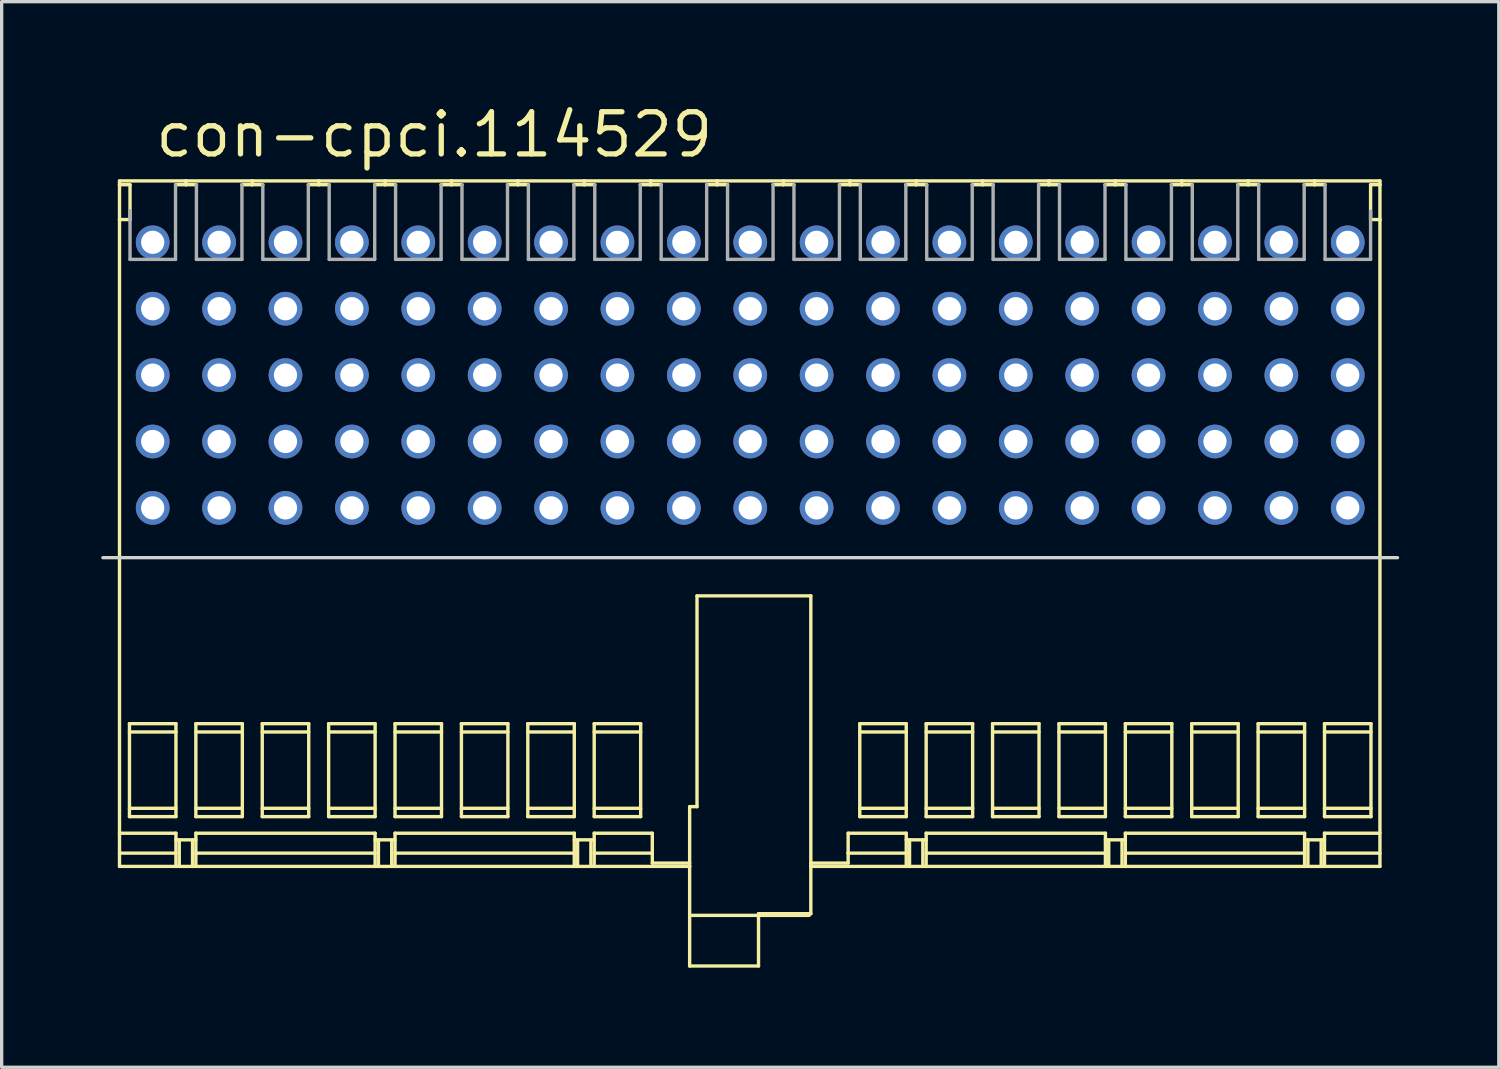
<source format=kicad_pcb>
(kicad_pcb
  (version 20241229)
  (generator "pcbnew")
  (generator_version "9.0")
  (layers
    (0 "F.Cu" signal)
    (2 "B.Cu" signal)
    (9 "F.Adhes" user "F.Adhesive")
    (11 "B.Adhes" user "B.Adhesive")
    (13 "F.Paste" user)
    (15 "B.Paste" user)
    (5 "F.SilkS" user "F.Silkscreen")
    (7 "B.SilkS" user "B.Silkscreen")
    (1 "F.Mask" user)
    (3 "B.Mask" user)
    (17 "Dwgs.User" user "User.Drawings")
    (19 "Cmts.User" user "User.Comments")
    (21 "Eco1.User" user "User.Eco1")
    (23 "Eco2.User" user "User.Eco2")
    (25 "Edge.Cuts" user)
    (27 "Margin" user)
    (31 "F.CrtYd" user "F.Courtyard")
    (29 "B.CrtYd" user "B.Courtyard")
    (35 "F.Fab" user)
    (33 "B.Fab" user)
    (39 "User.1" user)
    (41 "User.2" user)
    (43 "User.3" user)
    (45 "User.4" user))
  (footprint "con-cpci.114529"
    (layer "F.Cu")
    (at 19.55 12.25)
    (property "Reference" "con-cpci.114529" (at -18 -10.5 0) (layer "F.SilkS") (effects (font (size 1.27 1.27) (thickness 0.16)) (justify left bottom)))
    (attr through_hole)
    (fp_line (start -19 -9.85) (end -17 -9.85) (stroke (width 0.102) (type default)) (layer "F.SilkS"))
    (fp_line (start -19 -9.736) (end -19 -9.85) (stroke (width 0.102) (type default)) (layer "F.SilkS"))
    (fp_line (start -19 -9.736) (end -19 -8.686) (stroke (width 0.102) (type default)) (layer "F.SilkS"))
    (fp_line (start -19 -8.686) (end -18.683 -8.686) (stroke (width 0.102) (type default)) (layer "F.SilkS"))
    (fp_line (start -19 9.8) (end -17.3 9.8) (stroke (width 0.102) (type default)) (layer "F.SilkS"))
    (fp_line (start -19 10.4) (end -17.3 10.4) (stroke (width 0.102) (type default)) (layer "F.SilkS"))
    (fp_line (start -19 10.8) (end -19 -8.686) (stroke (width 0.102) (type default)) (layer "F.SilkS"))
    (fp_line (start -18.7 6.5) (end -18.7 9.3) (stroke (width 0.102) (type default)) (layer "F.SilkS"))
    (fp_line (start -18.7 6.75) (end -17.3 6.75) (stroke (width 0.102) (type default)) (layer "F.SilkS"))
    (fp_line (start -18.7 9.05) (end -17.3 9.05) (stroke (width 0.102) (type default)) (layer "F.SilkS"))
    (fp_line (start -18.7 9.3) (end -17.3 9.3) (stroke (width 0.102) (type default)) (layer "F.SilkS"))
    (fp_line (start -18.683 -9.736) (end -19 -9.736) (stroke (width 0.102) (type default)) (layer "F.SilkS"))
    (fp_line (start -18.683 -8.686) (end -18.683 -9.736) (stroke (width 0.102) (type default)) (layer "F.SilkS"))
    (fp_line (start -17.3 6.5) (end -18.7 6.5) (stroke (width 0.102) (type default)) (layer "F.SilkS"))
    (fp_line (start -17.3 9.3) (end -17.3 6.5) (stroke (width 0.102) (type default)) (layer "F.SilkS"))
    (fp_line (start -17.3 9.8) (end -17.3 10.8) (stroke (width 0.102) (type default)) (layer "F.SilkS"))
    (fp_line (start -17.3 10) (end -16.7 10) (stroke (width 0.102) (type default)) (layer "F.SilkS"))
    (fp_line (start -17.2 10.8) (end -17.2 10) (stroke (width 0.102) (type default)) (layer "F.SilkS"))
    (fp_line (start -17 -9.85) (end -17 -9.736) (stroke (width 0.102) (type default)) (layer "F.SilkS"))
    (fp_line (start -17 -9.85) (end -15 -9.85) (stroke (width 0.102) (type default)) (layer "F.SilkS"))
    (fp_line (start -17 -9.736) (end -17.312 -9.736) (stroke (width 0.102) (type default)) (layer "F.SilkS"))
    (fp_line (start -16.8 10.8) (end -16.8 10) (stroke (width 0.102) (type default)) (layer "F.SilkS"))
    (fp_line (start -16.7 6.5) (end -16.7 9.3) (stroke (width 0.102) (type default)) (layer "F.SilkS"))
    (fp_line (start -16.7 6.75) (end -15.3 6.75) (stroke (width 0.102) (type default)) (layer "F.SilkS"))
    (fp_line (start -16.7 9.05) (end -15.3 9.05) (stroke (width 0.102) (type default)) (layer "F.SilkS"))
    (fp_line (start -16.7 9.3) (end -15.3 9.3) (stroke (width 0.102) (type default)) (layer "F.SilkS"))
    (fp_line (start -16.7 9.8) (end -11.3 9.8) (stroke (width 0.102) (type default)) (layer "F.SilkS"))
    (fp_line (start -16.7 10.4) (end -11.3 10.4) (stroke (width 0.102) (type default)) (layer "F.SilkS"))
    (fp_line (start -16.7 10.8) (end -16.7 9.8) (stroke (width 0.102) (type default)) (layer "F.SilkS"))
    (fp_line (start -16.683 -9.736) (end -17 -9.736) (stroke (width 0.102) (type default)) (layer "F.SilkS"))
    (fp_line (start -15.3 6.5) (end -16.7 6.5) (stroke (width 0.102) (type default)) (layer "F.SilkS"))
    (fp_line (start -15.3 9.3) (end -15.3 6.5) (stroke (width 0.102) (type default)) (layer "F.SilkS"))
    (fp_line (start -15 -9.85) (end -15 -9.736) (stroke (width 0.102) (type default)) (layer "F.SilkS"))
    (fp_line (start -15 -9.85) (end -13 -9.85) (stroke (width 0.102) (type default)) (layer "F.SilkS"))
    (fp_line (start -15 -9.736) (end -15.312 -9.736) (stroke (width 0.102) (type default)) (layer "F.SilkS"))
    (fp_line (start -14.7 6.5) (end -14.7 9.3) (stroke (width 0.102) (type default)) (layer "F.SilkS"))
    (fp_line (start -14.7 6.75) (end -13.3 6.75) (stroke (width 0.102) (type default)) (layer "F.SilkS"))
    (fp_line (start -14.7 9.05) (end -13.3 9.05) (stroke (width 0.102) (type default)) (layer "F.SilkS"))
    (fp_line (start -14.7 9.3) (end -13.3 9.3) (stroke (width 0.102) (type default)) (layer "F.SilkS"))
    (fp_line (start -14.683 -9.736) (end -15 -9.736) (stroke (width 0.102) (type default)) (layer "F.SilkS"))
    (fp_line (start -13.3 6.5) (end -14.7 6.5) (stroke (width 0.102) (type default)) (layer "F.SilkS"))
    (fp_line (start -13.3 9.3) (end -13.3 6.5) (stroke (width 0.102) (type default)) (layer "F.SilkS"))
    (fp_line (start -13 -9.85) (end -13 -9.736) (stroke (width 0.102) (type default)) (layer "F.SilkS"))
    (fp_line (start -13 -9.85) (end -11 -9.85) (stroke (width 0.102) (type default)) (layer "F.SilkS"))
    (fp_line (start -13 -9.736) (end -13.312 -9.736) (stroke (width 0.102) (type default)) (layer "F.SilkS"))
    (fp_line (start -12.7 6.5) (end -12.7 9.3) (stroke (width 0.102) (type default)) (layer "F.SilkS"))
    (fp_line (start -12.7 6.75) (end -11.3 6.75) (stroke (width 0.102) (type default)) (layer "F.SilkS"))
    (fp_line (start -12.7 9.05) (end -11.3 9.05) (stroke (width 0.102) (type default)) (layer "F.SilkS"))
    (fp_line (start -12.7 9.3) (end -11.3 9.3) (stroke (width 0.102) (type default)) (layer "F.SilkS"))
    (fp_line (start -12.683 -9.736) (end -13 -9.736) (stroke (width 0.102) (type default)) (layer "F.SilkS"))
    (fp_line (start -11.3 6.5) (end -12.7 6.5) (stroke (width 0.102) (type default)) (layer "F.SilkS"))
    (fp_line (start -11.3 9.3) (end -11.3 6.5) (stroke (width 0.102) (type default)) (layer "F.SilkS"))
    (fp_line (start -11.3 9.8) (end -11.3 10.8) (stroke (width 0.102) (type default)) (layer "F.SilkS"))
    (fp_line (start -11.3 10) (end -10.7 10) (stroke (width 0.102) (type default)) (layer "F.SilkS"))
    (fp_line (start -11.2 10.8) (end -11.2 10) (stroke (width 0.102) (type default)) (layer "F.SilkS"))
    (fp_line (start -11 -9.85) (end -11 -9.736) (stroke (width 0.102) (type default)) (layer "F.SilkS"))
    (fp_line (start -11 -9.85) (end -9 -9.85) (stroke (width 0.102) (type default)) (layer "F.SilkS"))
    (fp_line (start -11 -9.736) (end -11.312 -9.736) (stroke (width 0.102) (type default)) (layer "F.SilkS"))
    (fp_line (start -10.8 10.8) (end -10.8 10) (stroke (width 0.102) (type default)) (layer "F.SilkS"))
    (fp_line (start -10.7 6.5) (end -10.7 9.3) (stroke (width 0.102) (type default)) (layer "F.SilkS"))
    (fp_line (start -10.7 6.75) (end -9.3 6.75) (stroke (width 0.102) (type default)) (layer "F.SilkS"))
    (fp_line (start -10.7 9.05) (end -9.3 9.05) (stroke (width 0.102) (type default)) (layer "F.SilkS"))
    (fp_line (start -10.7 9.3) (end -9.3 9.3) (stroke (width 0.102) (type default)) (layer "F.SilkS"))
    (fp_line (start -10.7 9.8) (end -5.3 9.8) (stroke (width 0.102) (type default)) (layer "F.SilkS"))
    (fp_line (start -10.7 10.4) (end -5.3 10.4) (stroke (width 0.102) (type default)) (layer "F.SilkS"))
    (fp_line (start -10.7 10.8) (end -10.7 9.8) (stroke (width 0.102) (type default)) (layer "F.SilkS"))
    (fp_line (start -10.683 -9.736) (end -11 -9.736) (stroke (width 0.102) (type default)) (layer "F.SilkS"))
    (fp_line (start -9.3 6.5) (end -10.7 6.5) (stroke (width 0.102) (type default)) (layer "F.SilkS"))
    (fp_line (start -9.3 9.3) (end -9.3 6.5) (stroke (width 0.102) (type default)) (layer "F.SilkS"))
    (fp_line (start -9 -9.85) (end -9 -9.736) (stroke (width 0.102) (type default)) (layer "F.SilkS"))
    (fp_line (start -9 -9.85) (end -7 -9.85) (stroke (width 0.102) (type default)) (layer "F.SilkS"))
    (fp_line (start -9 -9.736) (end -9.312 -9.736) (stroke (width 0.102) (type default)) (layer "F.SilkS"))
    (fp_line (start -8.7 6.5) (end -8.7 9.3) (stroke (width 0.102) (type default)) (layer "F.SilkS"))
    (fp_line (start -8.7 6.75) (end -7.3 6.75) (stroke (width 0.102) (type default)) (layer "F.SilkS"))
    (fp_line (start -8.7 9.05) (end -7.3 9.05) (stroke (width 0.102) (type default)) (layer "F.SilkS"))
    (fp_line (start -8.7 9.3) (end -7.3 9.3) (stroke (width 0.102) (type default)) (layer "F.SilkS"))
    (fp_line (start -8.683 -9.736) (end -9 -9.736) (stroke (width 0.102) (type default)) (layer "F.SilkS"))
    (fp_line (start -7.3 6.5) (end -8.7 6.5) (stroke (width 0.102) (type default)) (layer "F.SilkS"))
    (fp_line (start -7.3 9.3) (end -7.3 6.5) (stroke (width 0.102) (type default)) (layer "F.SilkS"))
    (fp_line (start -7 -9.85) (end -7 -9.736) (stroke (width 0.102) (type default)) (layer "F.SilkS"))
    (fp_line (start -7 -9.85) (end -5 -9.85) (stroke (width 0.102) (type default)) (layer "F.SilkS"))
    (fp_line (start -7 -9.736) (end -7.312 -9.736) (stroke (width 0.102) (type default)) (layer "F.SilkS"))
    (fp_line (start -6.7 6.5) (end -6.7 9.3) (stroke (width 0.102) (type default)) (layer "F.SilkS"))
    (fp_line (start -6.7 6.75) (end -5.3 6.75) (stroke (width 0.102) (type default)) (layer "F.SilkS"))
    (fp_line (start -6.7 9.05) (end -5.3 9.05) (stroke (width 0.102) (type default)) (layer "F.SilkS"))
    (fp_line (start -6.7 9.3) (end -5.3 9.3) (stroke (width 0.102) (type default)) (layer "F.SilkS"))
    (fp_line (start -6.683 -9.736) (end -7 -9.736) (stroke (width 0.102) (type default)) (layer "F.SilkS"))
    (fp_line (start -5.3 6.5) (end -6.7 6.5) (stroke (width 0.102) (type default)) (layer "F.SilkS"))
    (fp_line (start -5.3 9.3) (end -5.3 6.5) (stroke (width 0.102) (type default)) (layer "F.SilkS"))
    (fp_line (start -5.3 9.8) (end -5.3 10.8) (stroke (width 0.102) (type default)) (layer "F.SilkS"))
    (fp_line (start -5.2 10.8) (end -5.2 10) (stroke (width 0.102) (type default)) (layer "F.SilkS"))
    (fp_line (start -5 -9.85) (end -5 -9.736) (stroke (width 0.102) (type default)) (layer "F.SilkS"))
    (fp_line (start -5 -9.85) (end -3 -9.85) (stroke (width 0.102) (type default)) (layer "F.SilkS"))
    (fp_line (start -5 -9.736) (end -5.312 -9.736) (stroke (width 0.102) (type default)) (layer "F.SilkS"))
    (fp_line (start -4.8 10.8) (end -4.8 10) (stroke (width 0.102) (type default)) (layer "F.SilkS"))
    (fp_line (start -4.7 6.5) (end -3.3 6.5) (stroke (width 0.102) (type default)) (layer "F.SilkS"))
    (fp_line (start -4.7 9.3) (end -4.7 6.5) (stroke (width 0.102) (type default)) (layer "F.SilkS"))
    (fp_line (start -4.7 9.8) (end -4.7 10.8) (stroke (width 0.102) (type default)) (layer "F.SilkS"))
    (fp_line (start -4.7 10) (end -5.3 10) (stroke (width 0.102) (type default)) (layer "F.SilkS"))
    (fp_line (start -4.7 10.4) (end -2.95 10.4) (stroke (width 0.102) (type default)) (layer "F.SilkS"))
    (fp_line (start -4.683 -9.736) (end -5 -9.736) (stroke (width 0.102) (type default)) (layer "F.SilkS"))
    (fp_line (start -3.3 6.5) (end -3.3 9.3) (stroke (width 0.102) (type default)) (layer "F.SilkS"))
    (fp_line (start -3.3 6.75) (end -4.7 6.75) (stroke (width 0.102) (type default)) (layer "F.SilkS"))
    (fp_line (start -3.3 9.05) (end -4.7 9.05) (stroke (width 0.102) (type default)) (layer "F.SilkS"))
    (fp_line (start -3.3 9.3) (end -4.7 9.3) (stroke (width 0.102) (type default)) (layer "F.SilkS"))
    (fp_line (start -3 -9.85) (end -3 -9.736) (stroke (width 0.102) (type default)) (layer "F.SilkS"))
    (fp_line (start -3 -9.85) (end -1 -9.85) (stroke (width 0.102) (type default)) (layer "F.SilkS"))
    (fp_line (start -3 -9.736) (end -3.312 -9.736) (stroke (width 0.102) (type default)) (layer "F.SilkS"))
    (fp_line (start -2.95 9.8) (end -4.7 9.8) (stroke (width 0.102) (type default)) (layer "F.SilkS"))
    (fp_line (start -2.95 10.4) (end -2.95 9.8) (stroke (width 0.102) (type default)) (layer "F.SilkS"))
    (fp_line (start -2.95 10.4) (end -2.95 10.7) (stroke (width 0.102) (type default)) (layer "F.SilkS"))
    (fp_line (start -2.95 10.7) (end -1.825 10.7) (stroke (width 0.102) (type default)) (layer "F.SilkS"))
    (fp_line (start -2.683 -9.736) (end -3 -9.736) (stroke (width 0.102) (type default)) (layer "F.SilkS"))
    (fp_line (start -1.825 9) (end -1.603 9) (stroke (width 0.102) (type default)) (layer "F.SilkS"))
    (fp_line (start -1.825 10.8) (end -19 10.8) (stroke (width 0.102) (type default)) (layer "F.SilkS"))
    (fp_line (start -1.825 10.8) (end -1.825 9) (stroke (width 0.102) (type default)) (layer "F.SilkS"))
    (fp_line (start -1.825 13.8) (end -1.825 10.8) (stroke (width 0.102) (type default)) (layer "F.SilkS"))
    (fp_line (start -1.775 12.275) (end 1.775 12.275) (stroke (width 0.102) (type default)) (layer "F.SilkS"))
    (fp_line (start -1.603 2.65) (end 1.825 2.65) (stroke (width 0.102) (type default)) (layer "F.SilkS"))
    (fp_line (start -1.603 9) (end -1.603 2.65) (stroke (width 0.102) (type default)) (layer "F.SilkS"))
    (fp_line (start -1 -9.85) (end -1 -9.736) (stroke (width 0.102) (type default)) (layer "F.SilkS"))
    (fp_line (start -1 -9.85) (end 1 -9.85) (stroke (width 0.102) (type default)) (layer "F.SilkS"))
    (fp_line (start -1 -9.736) (end -1.312 -9.736) (stroke (width 0.102) (type default)) (layer "F.SilkS"))
    (fp_line (start -0.683 -9.736) (end -1 -9.736) (stroke (width 0.102) (type default)) (layer "F.SilkS"))
    (fp_line (start 0.25 12.225) (end 0.25 13.8) (stroke (width 0.102) (type default)) (layer "F.SilkS"))
    (fp_line (start 0.25 13.8) (end -1.825 13.8) (stroke (width 0.102) (type default)) (layer "F.SilkS"))
    (fp_line (start 1 -9.85) (end 1 -9.736) (stroke (width 0.102) (type default)) (layer "F.SilkS"))
    (fp_line (start 1 -9.85) (end 3 -9.85) (stroke (width 0.102) (type default)) (layer "F.SilkS"))
    (fp_line (start 1 -9.736) (end 0.688 -9.736) (stroke (width 0.102) (type default)) (layer "F.SilkS"))
    (fp_line (start 1.317 -9.736) (end 1 -9.736) (stroke (width 0.102) (type default)) (layer "F.SilkS"))
    (fp_line (start 1.825 2.65) (end 1.825 10.8) (stroke (width 0.102) (type default)) (layer "F.SilkS"))
    (fp_line (start 1.825 10.8) (end 1.825 12.225) (stroke (width 0.102) (type default)) (layer "F.SilkS"))
    (fp_line (start 1.825 12.225) (end 0.25 12.225) (stroke (width 0.102) (type default)) (layer "F.SilkS"))
    (fp_line (start 2.95 9.8) (end 2.95 10.4) (stroke (width 0.102) (type default)) (layer "F.SilkS"))
    (fp_line (start 2.95 10.4) (end 2.95 10.7) (stroke (width 0.102) (type default)) (layer "F.SilkS"))
    (fp_line (start 2.95 10.4) (end 4.7 10.4) (stroke (width 0.102) (type default)) (layer "F.SilkS"))
    (fp_line (start 2.95 10.7) (end 1.825 10.7) (stroke (width 0.102) (type default)) (layer "F.SilkS"))
    (fp_line (start 3 -9.85) (end 3 -9.736) (stroke (width 0.102) (type default)) (layer "F.SilkS"))
    (fp_line (start 3 -9.85) (end 5 -9.85) (stroke (width 0.102) (type default)) (layer "F.SilkS"))
    (fp_line (start 3 -9.736) (end 2.688 -9.736) (stroke (width 0.102) (type default)) (layer "F.SilkS"))
    (fp_line (start 3.3 6.5) (end 4.7 6.5) (stroke (width 0.102) (type default)) (layer "F.SilkS"))
    (fp_line (start 3.3 9.3) (end 3.3 6.5) (stroke (width 0.102) (type default)) (layer "F.SilkS"))
    (fp_line (start 3.317 -9.736) (end 3 -9.736) (stroke (width 0.102) (type default)) (layer "F.SilkS"))
    (fp_line (start 4.7 6.5) (end 4.7 9.3) (stroke (width 0.102) (type default)) (layer "F.SilkS"))
    (fp_line (start 4.7 6.75) (end 3.3 6.75) (stroke (width 0.102) (type default)) (layer "F.SilkS"))
    (fp_line (start 4.7 9.05) (end 3.3 9.05) (stroke (width 0.102) (type default)) (layer "F.SilkS"))
    (fp_line (start 4.7 9.3) (end 3.3 9.3) (stroke (width 0.102) (type default)) (layer "F.SilkS"))
    (fp_line (start 4.7 9.8) (end 2.95 9.8) (stroke (width 0.102) (type default)) (layer "F.SilkS"))
    (fp_line (start 4.7 10.8) (end 4.7 9.8) (stroke (width 0.102) (type default)) (layer "F.SilkS"))
    (fp_line (start 4.8 10.8) (end 4.8 10) (stroke (width 0.102) (type default)) (layer "F.SilkS"))
    (fp_line (start 5 -9.85) (end 5 -9.736) (stroke (width 0.102) (type default)) (layer "F.SilkS"))
    (fp_line (start 5 -9.85) (end 7 -9.85) (stroke (width 0.102) (type default)) (layer "F.SilkS"))
    (fp_line (start 5 -9.736) (end 4.688 -9.736) (stroke (width 0.102) (type default)) (layer "F.SilkS"))
    (fp_line (start 5.2 10.8) (end 5.2 10) (stroke (width 0.102) (type default)) (layer "F.SilkS"))
    (fp_line (start 5.3 6.5) (end 6.7 6.5) (stroke (width 0.102) (type default)) (layer "F.SilkS"))
    (fp_line (start 5.3 9.3) (end 5.3 6.5) (stroke (width 0.102) (type default)) (layer "F.SilkS"))
    (fp_line (start 5.3 9.8) (end 5.3 10.8) (stroke (width 0.102) (type default)) (layer "F.SilkS"))
    (fp_line (start 5.3 10) (end 4.7 10) (stroke (width 0.102) (type default)) (layer "F.SilkS"))
    (fp_line (start 5.317 -9.736) (end 5 -9.736) (stroke (width 0.102) (type default)) (layer "F.SilkS"))
    (fp_line (start 6.7 6.5) (end 6.7 9.3) (stroke (width 0.102) (type default)) (layer "F.SilkS"))
    (fp_line (start 6.7 6.75) (end 5.3 6.75) (stroke (width 0.102) (type default)) (layer "F.SilkS"))
    (fp_line (start 6.7 9.05) (end 5.3 9.05) (stroke (width 0.102) (type default)) (layer "F.SilkS"))
    (fp_line (start 6.7 9.3) (end 5.3 9.3) (stroke (width 0.102) (type default)) (layer "F.SilkS"))
    (fp_line (start 7 -9.85) (end 7 -9.736) (stroke (width 0.102) (type default)) (layer "F.SilkS"))
    (fp_line (start 7 -9.85) (end 9 -9.85) (stroke (width 0.102) (type default)) (layer "F.SilkS"))
    (fp_line (start 7 -9.736) (end 6.688 -9.736) (stroke (width 0.102) (type default)) (layer "F.SilkS"))
    (fp_line (start 7.3 6.5) (end 8.7 6.5) (stroke (width 0.102) (type default)) (layer "F.SilkS"))
    (fp_line (start 7.3 9.3) (end 7.3 6.5) (stroke (width 0.102) (type default)) (layer "F.SilkS"))
    (fp_line (start 7.317 -9.736) (end 7 -9.736) (stroke (width 0.102) (type default)) (layer "F.SilkS"))
    (fp_line (start 8.7 6.5) (end 8.7 9.3) (stroke (width 0.102) (type default)) (layer "F.SilkS"))
    (fp_line (start 8.7 6.75) (end 7.3 6.75) (stroke (width 0.102) (type default)) (layer "F.SilkS"))
    (fp_line (start 8.7 9.05) (end 7.3 9.05) (stroke (width 0.102) (type default)) (layer "F.SilkS"))
    (fp_line (start 8.7 9.3) (end 7.3 9.3) (stroke (width 0.102) (type default)) (layer "F.SilkS"))
    (fp_line (start 9 -9.85) (end 9 -9.736) (stroke (width 0.102) (type default)) (layer "F.SilkS"))
    (fp_line (start 9 -9.85) (end 11 -9.85) (stroke (width 0.102) (type default)) (layer "F.SilkS"))
    (fp_line (start 9 -9.736) (end 8.688 -9.736) (stroke (width 0.102) (type default)) (layer "F.SilkS"))
    (fp_line (start 9.3 6.5) (end 10.7 6.5) (stroke (width 0.102) (type default)) (layer "F.SilkS"))
    (fp_line (start 9.3 9.3) (end 9.3 6.5) (stroke (width 0.102) (type default)) (layer "F.SilkS"))
    (fp_line (start 9.317 -9.736) (end 9 -9.736) (stroke (width 0.102) (type default)) (layer "F.SilkS"))
    (fp_line (start 10.7 6.5) (end 10.7 9.3) (stroke (width 0.102) (type default)) (layer "F.SilkS"))
    (fp_line (start 10.7 6.75) (end 9.3 6.75) (stroke (width 0.102) (type default)) (layer "F.SilkS"))
    (fp_line (start 10.7 9.05) (end 9.3 9.05) (stroke (width 0.102) (type default)) (layer "F.SilkS"))
    (fp_line (start 10.7 9.3) (end 9.3 9.3) (stroke (width 0.102) (type default)) (layer "F.SilkS"))
    (fp_line (start 10.7 9.8) (end 5.3 9.8) (stroke (width 0.102) (type default)) (layer "F.SilkS"))
    (fp_line (start 10.7 10.4) (end 5.3 10.4) (stroke (width 0.102) (type default)) (layer "F.SilkS"))
    (fp_line (start 10.7 10.8) (end 10.7 9.8) (stroke (width 0.102) (type default)) (layer "F.SilkS"))
    (fp_line (start 10.8 10.8) (end 10.8 10) (stroke (width 0.102) (type default)) (layer "F.SilkS"))
    (fp_line (start 11 -9.85) (end 11 -9.736) (stroke (width 0.102) (type default)) (layer "F.SilkS"))
    (fp_line (start 11 -9.85) (end 13 -9.85) (stroke (width 0.102) (type default)) (layer "F.SilkS"))
    (fp_line (start 11 -9.736) (end 10.688 -9.736) (stroke (width 0.102) (type default)) (layer "F.SilkS"))
    (fp_line (start 11.2 10.8) (end 11.2 10) (stroke (width 0.102) (type default)) (layer "F.SilkS"))
    (fp_line (start 11.3 6.5) (end 12.7 6.5) (stroke (width 0.102) (type default)) (layer "F.SilkS"))
    (fp_line (start 11.3 9.3) (end 11.3 6.5) (stroke (width 0.102) (type default)) (layer "F.SilkS"))
    (fp_line (start 11.3 9.8) (end 11.3 10.8) (stroke (width 0.102) (type default)) (layer "F.SilkS"))
    (fp_line (start 11.3 10) (end 10.7 10) (stroke (width 0.102) (type default)) (layer "F.SilkS"))
    (fp_line (start 11.317 -9.736) (end 11 -9.736) (stroke (width 0.102) (type default)) (layer "F.SilkS"))
    (fp_line (start 12.7 6.5) (end 12.7 9.3) (stroke (width 0.102) (type default)) (layer "F.SilkS"))
    (fp_line (start 12.7 6.75) (end 11.3 6.75) (stroke (width 0.102) (type default)) (layer "F.SilkS"))
    (fp_line (start 12.7 9.05) (end 11.3 9.05) (stroke (width 0.102) (type default)) (layer "F.SilkS"))
    (fp_line (start 12.7 9.3) (end 11.3 9.3) (stroke (width 0.102) (type default)) (layer "F.SilkS"))
    (fp_line (start 13 -9.85) (end 13 -9.736) (stroke (width 0.102) (type default)) (layer "F.SilkS"))
    (fp_line (start 13 -9.85) (end 15 -9.85) (stroke (width 0.102) (type default)) (layer "F.SilkS"))
    (fp_line (start 13 -9.736) (end 12.688 -9.736) (stroke (width 0.102) (type default)) (layer "F.SilkS"))
    (fp_line (start 13.3 6.5) (end 14.7 6.5) (stroke (width 0.102) (type default)) (layer "F.SilkS"))
    (fp_line (start 13.3 9.3) (end 13.3 6.5) (stroke (width 0.102) (type default)) (layer "F.SilkS"))
    (fp_line (start 13.317 -9.736) (end 13 -9.736) (stroke (width 0.102) (type default)) (layer "F.SilkS"))
    (fp_line (start 14.7 6.5) (end 14.7 9.3) (stroke (width 0.102) (type default)) (layer "F.SilkS"))
    (fp_line (start 14.7 6.75) (end 13.3 6.75) (stroke (width 0.102) (type default)) (layer "F.SilkS"))
    (fp_line (start 14.7 9.05) (end 13.3 9.05) (stroke (width 0.102) (type default)) (layer "F.SilkS"))
    (fp_line (start 14.7 9.3) (end 13.3 9.3) (stroke (width 0.102) (type default)) (layer "F.SilkS"))
    (fp_line (start 15 -9.85) (end 15 -9.736) (stroke (width 0.102) (type default)) (layer "F.SilkS"))
    (fp_line (start 15 -9.85) (end 17 -9.85) (stroke (width 0.102) (type default)) (layer "F.SilkS"))
    (fp_line (start 15 -9.736) (end 14.688 -9.736) (stroke (width 0.102) (type default)) (layer "F.SilkS"))
    (fp_line (start 15.3 6.5) (end 16.7 6.5) (stroke (width 0.102) (type default)) (layer "F.SilkS"))
    (fp_line (start 15.3 9.3) (end 15.3 6.5) (stroke (width 0.102) (type default)) (layer "F.SilkS"))
    (fp_line (start 15.317 -9.736) (end 15 -9.736) (stroke (width 0.102) (type default)) (layer "F.SilkS"))
    (fp_line (start 16.7 6.5) (end 16.7 9.3) (stroke (width 0.102) (type default)) (layer "F.SilkS"))
    (fp_line (start 16.7 6.75) (end 15.3 6.75) (stroke (width 0.102) (type default)) (layer "F.SilkS"))
    (fp_line (start 16.7 9.05) (end 15.3 9.05) (stroke (width 0.102) (type default)) (layer "F.SilkS"))
    (fp_line (start 16.7 9.3) (end 15.3 9.3) (stroke (width 0.102) (type default)) (layer "F.SilkS"))
    (fp_line (start 16.7 9.8) (end 11.3 9.8) (stroke (width 0.102) (type default)) (layer "F.SilkS"))
    (fp_line (start 16.7 10.4) (end 11.3 10.4) (stroke (width 0.102) (type default)) (layer "F.SilkS"))
    (fp_line (start 16.7 10.8) (end 16.7 9.8) (stroke (width 0.102) (type default)) (layer "F.SilkS"))
    (fp_line (start 16.8 10.8) (end 16.8 10) (stroke (width 0.102) (type default)) (layer "F.SilkS"))
    (fp_line (start 17 -9.85) (end 17 -9.736) (stroke (width 0.102) (type default)) (layer "F.SilkS"))
    (fp_line (start 17 -9.85) (end 18.97 -9.85) (stroke (width 0.102) (type default)) (layer "F.SilkS"))
    (fp_line (start 17 -9.736) (end 16.688 -9.736) (stroke (width 0.102) (type default)) (layer "F.SilkS"))
    (fp_line (start 17.2 10.8) (end 17.2 10) (stroke (width 0.102) (type default)) (layer "F.SilkS"))
    (fp_line (start 17.3 6.5) (end 18.7 6.5) (stroke (width 0.102) (type default)) (layer "F.SilkS"))
    (fp_line (start 17.3 9.3) (end 17.3 6.5) (stroke (width 0.102) (type default)) (layer "F.SilkS"))
    (fp_line (start 17.3 9.8) (end 18.97 9.8) (stroke (width 0.102) (type default)) (layer "F.SilkS"))
    (fp_line (start 17.3 10) (end 16.7 10) (stroke (width 0.102) (type default)) (layer "F.SilkS"))
    (fp_line (start 17.3 10.8) (end 17.3 9.8) (stroke (width 0.102) (type default)) (layer "F.SilkS"))
    (fp_line (start 17.317 -9.736) (end 17 -9.736) (stroke (width 0.102) (type default)) (layer "F.SilkS"))
    (fp_line (start 18.688 -9.736) (end 18.688 -8.686) (stroke (width 0.102) (type default)) (layer "F.SilkS"))
    (fp_line (start 18.7 6.5) (end 18.7 9.3) (stroke (width 0.102) (type default)) (layer "F.SilkS"))
    (fp_line (start 18.7 6.75) (end 17.3 6.75) (stroke (width 0.102) (type default)) (layer "F.SilkS"))
    (fp_line (start 18.7 9.05) (end 17.3 9.05) (stroke (width 0.102) (type default)) (layer "F.SilkS"))
    (fp_line (start 18.7 9.3) (end 17.3 9.3) (stroke (width 0.102) (type default)) (layer "F.SilkS"))
    (fp_line (start 18.97 -9.85) (end 18.97 -9.736) (stroke (width 0.102) (type default)) (layer "F.SilkS"))
    (fp_line (start 18.97 -9.736) (end 18.688 -9.736) (stroke (width 0.102) (type default)) (layer "F.SilkS"))
    (fp_line (start 18.97 -9.736) (end 18.97 -8.686) (stroke (width 0.102) (type default)) (layer "F.SilkS"))
    (fp_line (start 18.97 -8.686) (end 18.688 -8.686) (stroke (width 0.102) (type default)) (layer "F.SilkS"))
    (fp_line (start 18.97 -8.686) (end 18.97 10.8) (stroke (width 0.102) (type default)) (layer "F.SilkS"))
    (fp_line (start 18.97 10.4) (end 17.3 10.4) (stroke (width 0.102) (type default)) (layer "F.SilkS"))
    (fp_line (start 18.97 10.8) (end 1.825 10.8) (stroke (width 0.102) (type default)) (layer "F.SilkS"))
    (fp_line (start 19.5 1.5) (end -19.5 1.5) (stroke (width 0.1) (type default)) (layer "Edge.Cuts"))
    (fp_line (start -18.683 -7.486) (end -18.683 -8.952) (stroke (width 0.102) (type default)) (layer "F.Fab"))
    (fp_line (start -17.312 -9.736) (end -17.312 -7.486) (stroke (width 0.102) (type default)) (layer "F.Fab"))
    (fp_line (start -17.312 -7.486) (end -18.683 -7.486) (stroke (width 0.102) (type default)) (layer "F.Fab"))
    (fp_line (start -16.683 -7.486) (end -16.683 -9.736) (stroke (width 0.102) (type default)) (layer "F.Fab"))
    (fp_line (start -15.312 -9.736) (end -15.312 -7.486) (stroke (width 0.102) (type default)) (layer "F.Fab"))
    (fp_line (start -15.312 -7.486) (end -16.683 -7.486) (stroke (width 0.102) (type default)) (layer "F.Fab"))
    (fp_line (start -14.683 -7.486) (end -14.683 -9.736) (stroke (width 0.102) (type default)) (layer "F.Fab"))
    (fp_line (start -13.312 -9.736) (end -13.312 -7.486) (stroke (width 0.102) (type default)) (layer "F.Fab"))
    (fp_line (start -13.312 -7.486) (end -14.683 -7.486) (stroke (width 0.102) (type default)) (layer "F.Fab"))
    (fp_line (start -12.683 -7.486) (end -12.683 -9.736) (stroke (width 0.102) (type default)) (layer "F.Fab"))
    (fp_line (start -11.312 -9.736) (end -11.312 -7.486) (stroke (width 0.102) (type default)) (layer "F.Fab"))
    (fp_line (start -11.312 -7.486) (end -12.683 -7.486) (stroke (width 0.102) (type default)) (layer "F.Fab"))
    (fp_line (start -10.683 -7.486) (end -10.683 -9.736) (stroke (width 0.102) (type default)) (layer "F.Fab"))
    (fp_line (start -9.312 -9.736) (end -9.312 -7.486) (stroke (width 0.102) (type default)) (layer "F.Fab"))
    (fp_line (start -9.312 -7.486) (end -10.683 -7.486) (stroke (width 0.102) (type default)) (layer "F.Fab"))
    (fp_line (start -8.683 -7.486) (end -8.683 -9.736) (stroke (width 0.102) (type default)) (layer "F.Fab"))
    (fp_line (start -7.312 -9.736) (end -7.312 -7.486) (stroke (width 0.102) (type default)) (layer "F.Fab"))
    (fp_line (start -7.312 -7.486) (end -8.683 -7.486) (stroke (width 0.102) (type default)) (layer "F.Fab"))
    (fp_line (start -6.683 -7.486) (end -6.683 -9.736) (stroke (width 0.102) (type default)) (layer "F.Fab"))
    (fp_line (start -5.312 -9.736) (end -5.312 -7.486) (stroke (width 0.102) (type default)) (layer "F.Fab"))
    (fp_line (start -5.312 -7.486) (end -6.683 -7.486) (stroke (width 0.102) (type default)) (layer "F.Fab"))
    (fp_line (start -4.683 -7.486) (end -4.683 -9.736) (stroke (width 0.102) (type default)) (layer "F.Fab"))
    (fp_line (start -3.312 -9.736) (end -3.312 -7.486) (stroke (width 0.102) (type default)) (layer "F.Fab"))
    (fp_line (start -3.312 -7.486) (end -4.683 -7.486) (stroke (width 0.102) (type default)) (layer "F.Fab"))
    (fp_line (start -2.683 -7.486) (end -2.683 -9.736) (stroke (width 0.102) (type default)) (layer "F.Fab"))
    (fp_line (start -1.312 -9.736) (end -1.312 -7.486) (stroke (width 0.102) (type default)) (layer "F.Fab"))
    (fp_line (start -1.312 -7.486) (end -2.683 -7.486) (stroke (width 0.102) (type default)) (layer "F.Fab"))
    (fp_line (start -0.683 -7.486) (end -0.683 -9.736) (stroke (width 0.102) (type default)) (layer "F.Fab"))
    (fp_line (start 0.688 -9.736) (end 0.688 -7.486) (stroke (width 0.102) (type default)) (layer "F.Fab"))
    (fp_line (start 0.688 -7.486) (end -0.683 -7.486) (stroke (width 0.102) (type default)) (layer "F.Fab"))
    (fp_line (start 1.317 -7.486) (end 1.317 -9.736) (stroke (width 0.102) (type default)) (layer "F.Fab"))
    (fp_line (start 2.688 -9.736) (end 2.688 -7.486) (stroke (width 0.102) (type default)) (layer "F.Fab"))
    (fp_line (start 2.688 -7.486) (end 1.317 -7.486) (stroke (width 0.102) (type default)) (layer "F.Fab"))
    (fp_line (start 3.317 -7.486) (end 3.317 -9.736) (stroke (width 0.102) (type default)) (layer "F.Fab"))
    (fp_line (start 4.688 -9.736) (end 4.688 -7.486) (stroke (width 0.102) (type default)) (layer "F.Fab"))
    (fp_line (start 4.688 -7.486) (end 3.317 -7.486) (stroke (width 0.102) (type default)) (layer "F.Fab"))
    (fp_line (start 5.317 -7.486) (end 5.317 -9.736) (stroke (width 0.102) (type default)) (layer "F.Fab"))
    (fp_line (start 6.688 -9.736) (end 6.688 -7.486) (stroke (width 0.102) (type default)) (layer "F.Fab"))
    (fp_line (start 6.688 -7.486) (end 5.317 -7.486) (stroke (width 0.102) (type default)) (layer "F.Fab"))
    (fp_line (start 7.317 -7.486) (end 7.317 -9.736) (stroke (width 0.102) (type default)) (layer "F.Fab"))
    (fp_line (start 8.688 -9.736) (end 8.688 -7.486) (stroke (width 0.102) (type default)) (layer "F.Fab"))
    (fp_line (start 8.688 -7.486) (end 7.317 -7.486) (stroke (width 0.102) (type default)) (layer "F.Fab"))
    (fp_line (start 9.317 -7.486) (end 9.317 -9.736) (stroke (width 0.102) (type default)) (layer "F.Fab"))
    (fp_line (start 10.688 -9.736) (end 10.688 -7.486) (stroke (width 0.102) (type default)) (layer "F.Fab"))
    (fp_line (start 10.688 -7.486) (end 9.317 -7.486) (stroke (width 0.102) (type default)) (layer "F.Fab"))
    (fp_line (start 11.317 -7.486) (end 11.317 -9.736) (stroke (width 0.102) (type default)) (layer "F.Fab"))
    (fp_line (start 12.688 -9.736) (end 12.688 -7.486) (stroke (width 0.102) (type default)) (layer "F.Fab"))
    (fp_line (start 12.688 -7.486) (end 11.317 -7.486) (stroke (width 0.102) (type default)) (layer "F.Fab"))
    (fp_line (start 13.317 -7.486) (end 13.317 -9.736) (stroke (width 0.102) (type default)) (layer "F.Fab"))
    (fp_line (start 14.688 -9.736) (end 14.688 -7.486) (stroke (width 0.102) (type default)) (layer "F.Fab"))
    (fp_line (start 14.688 -7.486) (end 13.317 -7.486) (stroke (width 0.102) (type default)) (layer "F.Fab"))
    (fp_line (start 15.317 -7.486) (end 15.317 -9.736) (stroke (width 0.102) (type default)) (layer "F.Fab"))
    (fp_line (start 16.688 -9.736) (end 16.688 -7.486) (stroke (width 0.102) (type default)) (layer "F.Fab"))
    (fp_line (start 16.688 -7.486) (end 15.317 -7.486) (stroke (width 0.102) (type default)) (layer "F.Fab"))
    (fp_line (start 17.317 -7.486) (end 17.317 -9.736) (stroke (width 0.102) (type default)) (layer "F.Fab"))
    (fp_line (start 18.688 -8.941) (end 18.688 -7.486) (stroke (width 0.102) (type default)) (layer "F.Fab"))
    (fp_line (start 18.688 -7.486) (end 17.317 -7.486) (stroke (width 0.102) (type default)) (layer "F.Fab"))
    (pad "A1" thru_hole circle (at 18 0 180) (size 1.016 1.016) (drill 0.7) (layers "*.Cu" "*.Mask"))
    (pad "A2" thru_hole circle (at 16 0 180) (size 1.016 1.016) (drill 0.7) (layers "*.Cu" "*.Mask"))
    (pad "A3" thru_hole circle (at 14 0 180) (size 1.016 1.016) (drill 0.7) (layers "*.Cu" "*.Mask"))
    (pad "A4" thru_hole circle (at 12 0 180) (size 1.016 1.016) (drill 0.7) (layers "*.Cu" "*.Mask"))
    (pad "A5" thru_hole circle (at 10 0 180) (size 1.016 1.016) (drill 0.7) (layers "*.Cu" "*.Mask"))
    (pad "A6" thru_hole circle (at 8 0 180) (size 1.016 1.016) (drill 0.7) (layers "*.Cu" "*.Mask"))
    (pad "A7" thru_hole circle (at 6 0 180) (size 1.016 1.016) (drill 0.7) (layers "*.Cu" "*.Mask"))
    (pad "A8" thru_hole circle (at 4 0 180) (size 1.016 1.016) (drill 0.7) (layers "*.Cu" "*.Mask"))
    (pad "A9" thru_hole circle (at 2 0 180) (size 1.016 1.016) (drill 0.7) (layers "*.Cu" "*.Mask"))
    (pad "A10" thru_hole circle (at 0 0 180) (size 1.016 1.016) (drill 0.7) (layers "*.Cu" "*.Mask"))
    (pad "A11" thru_hole circle (at -2 0 180) (size 1.016 1.016) (drill 0.7) (layers "*.Cu" "*.Mask"))
    (pad "A12" thru_hole circle (at -4 0 180) (size 1.016 1.016) (drill 0.7) (layers "*.Cu" "*.Mask"))
    (pad "A13" thru_hole circle (at -6 0 180) (size 1.016 1.016) (drill 0.7) (layers "*.Cu" "*.Mask"))
    (pad "A14" thru_hole circle (at -8 0 180) (size 1.016 1.016) (drill 0.7) (layers "*.Cu" "*.Mask"))
    (pad "A15" thru_hole circle (at -10 0 180) (size 1.016 1.016) (drill 0.7) (layers "*.Cu" "*.Mask"))
    (pad "A16" thru_hole circle (at -12 0 180) (size 1.016 1.016) (drill 0.7) (layers "*.Cu" "*.Mask"))
    (pad "A17" thru_hole circle (at -14 0 180) (size 1.016 1.016) (drill 0.7) (layers "*.Cu" "*.Mask"))
    (pad "A18" thru_hole circle (at -16 0 180) (size 1.016 1.016) (drill 0.7) (layers "*.Cu" "*.Mask"))
    (pad "A19" thru_hole circle (at -18 0 180) (size 1.016 1.016) (drill 0.7) (layers "*.Cu" "*.Mask"))
    (pad "B1" thru_hole circle (at 18 -2 180) (size 1.016 1.016) (drill 0.7) (layers "*.Cu" "*.Mask"))
    (pad "B2" thru_hole circle (at 16 -2 180) (size 1.016 1.016) (drill 0.7) (layers "*.Cu" "*.Mask"))
    (pad "B3" thru_hole circle (at 14 -2 180) (size 1.016 1.016) (drill 0.7) (layers "*.Cu" "*.Mask"))
    (pad "B4" thru_hole circle (at 12 -2 180) (size 1.016 1.016) (drill 0.7) (layers "*.Cu" "*.Mask"))
    (pad "B5" thru_hole circle (at 10 -2 180) (size 1.016 1.016) (drill 0.7) (layers "*.Cu" "*.Mask"))
    (pad "B6" thru_hole circle (at 8 -2 180) (size 1.016 1.016) (drill 0.7) (layers "*.Cu" "*.Mask"))
    (pad "B7" thru_hole circle (at 6 -2 180) (size 1.016 1.016) (drill 0.7) (layers "*.Cu" "*.Mask"))
    (pad "B8" thru_hole circle (at 4 -2 180) (size 1.016 1.016) (drill 0.7) (layers "*.Cu" "*.Mask"))
    (pad "B9" thru_hole circle (at 2 -2 180) (size 1.016 1.016) (drill 0.7) (layers "*.Cu" "*.Mask"))
    (pad "B10" thru_hole circle (at 0 -2 180) (size 1.016 1.016) (drill 0.7) (layers "*.Cu" "*.Mask"))
    (pad "B11" thru_hole circle (at -2 -2 180) (size 1.016 1.016) (drill 0.7) (layers "*.Cu" "*.Mask"))
    (pad "B12" thru_hole circle (at -4 -2 180) (size 1.016 1.016) (drill 0.7) (layers "*.Cu" "*.Mask"))
    (pad "B13" thru_hole circle (at -6 -2 180) (size 1.016 1.016) (drill 0.7) (layers "*.Cu" "*.Mask"))
    (pad "B14" thru_hole circle (at -8 -2 180) (size 1.016 1.016) (drill 0.7) (layers "*.Cu" "*.Mask"))
    (pad "B15" thru_hole circle (at -10 -2 180) (size 1.016 1.016) (drill 0.7) (layers "*.Cu" "*.Mask"))
    (pad "B16" thru_hole circle (at -12 -2 180) (size 1.016 1.016) (drill 0.7) (layers "*.Cu" "*.Mask"))
    (pad "B17" thru_hole circle (at -14 -2 180) (size 1.016 1.016) (drill 0.7) (layers "*.Cu" "*.Mask"))
    (pad "B18" thru_hole circle (at -16 -2 180) (size 1.016 1.016) (drill 0.7) (layers "*.Cu" "*.Mask"))
    (pad "B19" thru_hole circle (at -18 -2 180) (size 1.016 1.016) (drill 0.7) (layers "*.Cu" "*.Mask"))
    (pad "C1" thru_hole circle (at 18 -4 180) (size 1.016 1.016) (drill 0.7) (layers "*.Cu" "*.Mask"))
    (pad "C2" thru_hole circle (at 16 -4 180) (size 1.016 1.016) (drill 0.7) (layers "*.Cu" "*.Mask"))
    (pad "C3" thru_hole circle (at 14 -4 180) (size 1.016 1.016) (drill 0.7) (layers "*.Cu" "*.Mask"))
    (pad "C4" thru_hole circle (at 12 -4 180) (size 1.016 1.016) (drill 0.7) (layers "*.Cu" "*.Mask"))
    (pad "C5" thru_hole circle (at 10 -4 180) (size 1.016 1.016) (drill 0.7) (layers "*.Cu" "*.Mask"))
    (pad "C6" thru_hole circle (at 8 -4 180) (size 1.016 1.016) (drill 0.7) (layers "*.Cu" "*.Mask"))
    (pad "C7" thru_hole circle (at 6 -4 180) (size 1.016 1.016) (drill 0.7) (layers "*.Cu" "*.Mask"))
    (pad "C8" thru_hole circle (at 4 -4 180) (size 1.016 1.016) (drill 0.7) (layers "*.Cu" "*.Mask"))
    (pad "C9" thru_hole circle (at 2 -4 180) (size 1.016 1.016) (drill 0.7) (layers "*.Cu" "*.Mask"))
    (pad "C10" thru_hole circle (at 0 -4 180) (size 1.016 1.016) (drill 0.7) (layers "*.Cu" "*.Mask"))
    (pad "C11" thru_hole circle (at -2 -4 180) (size 1.016 1.016) (drill 0.7) (layers "*.Cu" "*.Mask"))
    (pad "C12" thru_hole circle (at -4 -4 180) (size 1.016 1.016) (drill 0.7) (layers "*.Cu" "*.Mask"))
    (pad "C13" thru_hole circle (at -6 -4 180) (size 1.016 1.016) (drill 0.7) (layers "*.Cu" "*.Mask"))
    (pad "C14" thru_hole circle (at -8 -4 180) (size 1.016 1.016) (drill 0.7) (layers "*.Cu" "*.Mask"))
    (pad "C15" thru_hole circle (at -10 -4 180) (size 1.016 1.016) (drill 0.7) (layers "*.Cu" "*.Mask"))
    (pad "C16" thru_hole circle (at -12 -4 180) (size 1.016 1.016) (drill 0.7) (layers "*.Cu" "*.Mask"))
    (pad "C17" thru_hole circle (at -14 -4 180) (size 1.016 1.016) (drill 0.7) (layers "*.Cu" "*.Mask"))
    (pad "C18" thru_hole circle (at -16 -4 180) (size 1.016 1.016) (drill 0.7) (layers "*.Cu" "*.Mask"))
    (pad "C19" thru_hole circle (at -18 -4 180) (size 1.016 1.016) (drill 0.7) (layers "*.Cu" "*.Mask"))
    (pad "D1" thru_hole circle (at 18 -6 180) (size 1.016 1.016) (drill 0.7) (layers "*.Cu" "*.Mask"))
    (pad "D2" thru_hole circle (at 16 -6 180) (size 1.016 1.016) (drill 0.7) (layers "*.Cu" "*.Mask"))
    (pad "D3" thru_hole circle (at 14 -6 180) (size 1.016 1.016) (drill 0.7) (layers "*.Cu" "*.Mask"))
    (pad "D4" thru_hole circle (at 12 -6 180) (size 1.016 1.016) (drill 0.7) (layers "*.Cu" "*.Mask"))
    (pad "D5" thru_hole circle (at 10 -6 180) (size 1.016 1.016) (drill 0.7) (layers "*.Cu" "*.Mask"))
    (pad "D6" thru_hole circle (at 8 -6 180) (size 1.016 1.016) (drill 0.7) (layers "*.Cu" "*.Mask"))
    (pad "D7" thru_hole circle (at 6 -6 180) (size 1.016 1.016) (drill 0.7) (layers "*.Cu" "*.Mask"))
    (pad "D8" thru_hole circle (at 4 -6 180) (size 1.016 1.016) (drill 0.7) (layers "*.Cu" "*.Mask"))
    (pad "D9" thru_hole circle (at 2 -6 180) (size 1.016 1.016) (drill 0.7) (layers "*.Cu" "*.Mask"))
    (pad "D10" thru_hole circle (at 0 -6 180) (size 1.016 1.016) (drill 0.7) (layers "*.Cu" "*.Mask"))
    (pad "D11" thru_hole circle (at -2 -6 180) (size 1.016 1.016) (drill 0.7) (layers "*.Cu" "*.Mask"))
    (pad "D12" thru_hole circle (at -4 -6 180) (size 1.016 1.016) (drill 0.7) (layers "*.Cu" "*.Mask"))
    (pad "D13" thru_hole circle (at -6 -6 180) (size 1.016 1.016) (drill 0.7) (layers "*.Cu" "*.Mask"))
    (pad "D14" thru_hole circle (at -8 -6 180) (size 1.016 1.016) (drill 0.7) (layers "*.Cu" "*.Mask"))
    (pad "D15" thru_hole circle (at -10 -6 180) (size 1.016 1.016) (drill 0.7) (layers "*.Cu" "*.Mask"))
    (pad "D16" thru_hole circle (at -12 -6 180) (size 1.016 1.016) (drill 0.7) (layers "*.Cu" "*.Mask"))
    (pad "D17" thru_hole circle (at -14 -6 180) (size 1.016 1.016) (drill 0.7) (layers "*.Cu" "*.Mask"))
    (pad "D18" thru_hole circle (at -16 -6 180) (size 1.016 1.016) (drill 0.7) (layers "*.Cu" "*.Mask"))
    (pad "D19" thru_hole circle (at -18 -6 180) (size 1.016 1.016) (drill 0.7) (layers "*.Cu" "*.Mask"))
    (pad "E1" thru_hole circle (at 18 -8 180) (size 1.016 1.016) (drill 0.7) (layers "*.Cu" "*.Mask"))
    (pad "E2" thru_hole circle (at 16 -8 180) (size 1.016 1.016) (drill 0.7) (layers "*.Cu" "*.Mask"))
    (pad "E3" thru_hole circle (at 14 -8 180) (size 1.016 1.016) (drill 0.7) (layers "*.Cu" "*.Mask"))
    (pad "E4" thru_hole circle (at 12 -8 180) (size 1.016 1.016) (drill 0.7) (layers "*.Cu" "*.Mask"))
    (pad "E5" thru_hole circle (at 10 -8 180) (size 1.016 1.016) (drill 0.7) (layers "*.Cu" "*.Mask"))
    (pad "E6" thru_hole circle (at 8 -8 180) (size 1.016 1.016) (drill 0.7) (layers "*.Cu" "*.Mask"))
    (pad "E7" thru_hole circle (at 6 -8 180) (size 1.016 1.016) (drill 0.7) (layers "*.Cu" "*.Mask"))
    (pad "E8" thru_hole circle (at 4 -8 180) (size 1.016 1.016) (drill 0.7) (layers "*.Cu" "*.Mask"))
    (pad "E9" thru_hole circle (at 2 -8 180) (size 1.016 1.016) (drill 0.7) (layers "*.Cu" "*.Mask"))
    (pad "E10" thru_hole circle (at 0 -8 180) (size 1.016 1.016) (drill 0.7) (layers "*.Cu" "*.Mask"))
    (pad "E11" thru_hole circle (at -2 -8 180) (size 1.016 1.016) (drill 0.7) (layers "*.Cu" "*.Mask"))
    (pad "E12" thru_hole circle (at -4 -8 180) (size 1.016 1.016) (drill 0.7) (layers "*.Cu" "*.Mask"))
    (pad "E13" thru_hole circle (at -6 -8 180) (size 1.016 1.016) (drill 0.7) (layers "*.Cu" "*.Mask"))
    (pad "E14" thru_hole circle (at -8 -8 180) (size 1.016 1.016) (drill 0.7) (layers "*.Cu" "*.Mask"))
    (pad "E15" thru_hole circle (at -10 -8 180) (size 1.016 1.016) (drill 0.7) (layers "*.Cu" "*.Mask"))
    (pad "E16" thru_hole circle (at -12 -8 180) (size 1.016 1.016) (drill 0.7) (layers "*.Cu" "*.Mask"))
    (pad "E17" thru_hole circle (at -14 -8 180) (size 1.016 1.016) (drill 0.7) (layers "*.Cu" "*.Mask"))
    (pad "E18" thru_hole circle (at -16 -8 180) (size 1.016 1.016) (drill 0.7) (layers "*.Cu" "*.Mask"))
    (pad "E19" thru_hole circle (at -18 -8 180) (size 1.016 1.016) (drill 0.7) (layers "*.Cu" "*.Mask")))
  (gr_rect
    (start -3 -3)
    (end 42.1 29.101)
    (stroke (width 0.1) (type default))
    (fill no)
    (layer "Edge.Cuts")))
</source>
